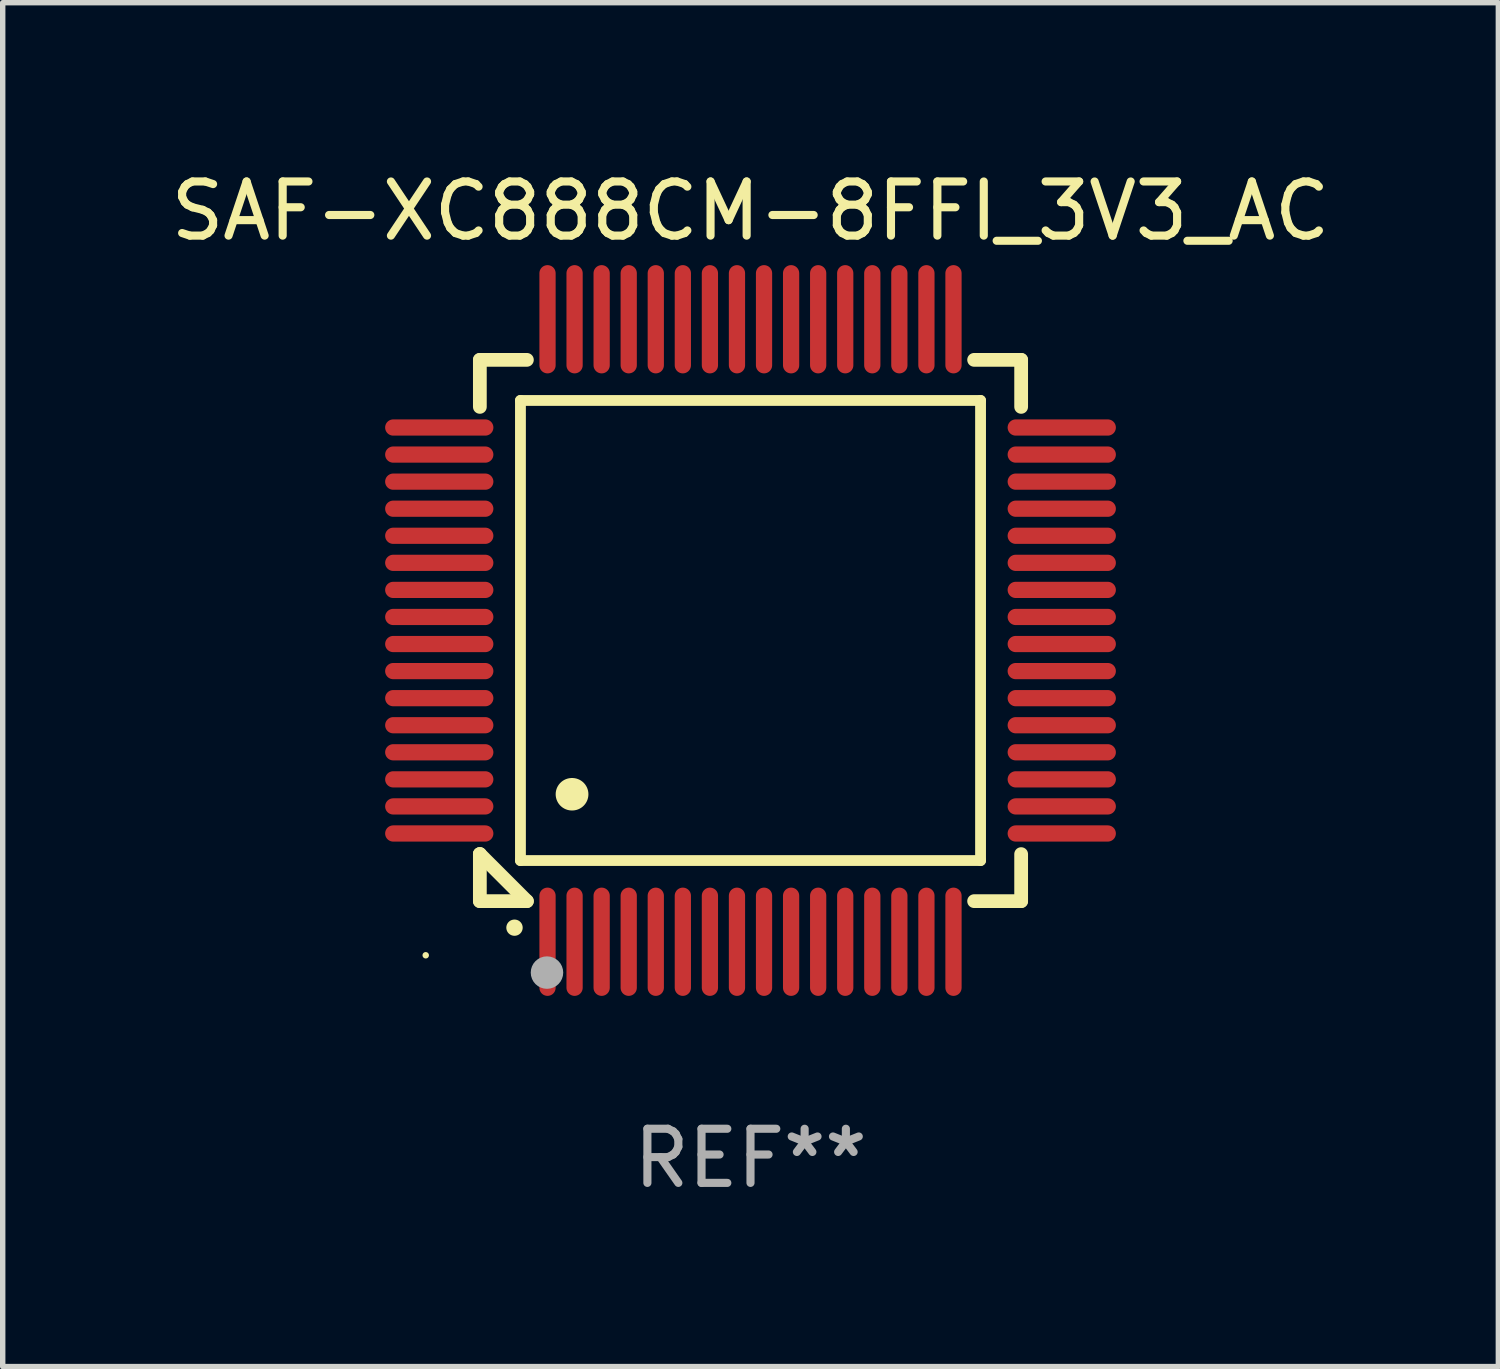
<source format=kicad_pcb>
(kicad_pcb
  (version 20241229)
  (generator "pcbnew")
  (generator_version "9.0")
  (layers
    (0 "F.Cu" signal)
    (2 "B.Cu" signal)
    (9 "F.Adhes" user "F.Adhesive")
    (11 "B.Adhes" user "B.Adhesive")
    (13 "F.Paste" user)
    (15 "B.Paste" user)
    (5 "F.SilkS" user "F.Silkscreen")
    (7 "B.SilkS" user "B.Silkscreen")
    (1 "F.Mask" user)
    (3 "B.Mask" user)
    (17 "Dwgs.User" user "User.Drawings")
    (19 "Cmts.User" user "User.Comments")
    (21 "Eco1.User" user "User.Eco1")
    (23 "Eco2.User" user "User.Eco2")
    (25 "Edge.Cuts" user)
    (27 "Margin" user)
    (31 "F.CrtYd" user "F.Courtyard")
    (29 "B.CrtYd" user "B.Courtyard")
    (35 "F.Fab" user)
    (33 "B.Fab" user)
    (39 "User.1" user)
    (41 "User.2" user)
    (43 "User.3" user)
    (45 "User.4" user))
  (footprint "SAF-XC888CM-8FFI_3V3_AC"
    (layer "F.Cu")
    (at 10.815 8.598)
    (property "Reference" "SAF-XC888CM-8FFI_3V3_AC" (at 0 -7.75 0) (layer "F.SilkS") (effects (font (size 1 1) (thickness 0.15))))
    (attr through_hole)
    (fp_line (start -5 -5) (end -4.131 -5) (stroke (width 0.254) (type solid)) (layer "F.SilkS"))
    (fp_line (start -5 -4.131) (end -5 -5) (stroke (width 0.254) (type solid)) (layer "F.SilkS"))
    (fp_line (start -5 4.131) (end -5 4.131) (stroke (width 0.254) (type solid)) (layer "F.SilkS"))
    (fp_line (start -5 5) (end -5 4.131) (stroke (width 0.254) (type solid)) (layer "F.SilkS"))
    (fp_line (start -5 4.131) (end -4.131 5) (stroke (width 0.254) (type solid)) (layer "F.SilkS"))
    (fp_line (start -4.25 -4.25) (end -4.25 4.25) (stroke (width 0.2) (type solid)) (layer "F.SilkS"))
    (fp_line (start -4.25 4.25) (end 4.25 4.25) (stroke (width 0.2) (type solid)) (layer "F.SilkS"))
    (fp_line (start -4.131 5) (end -5 5) (stroke (width 0.254) (type solid)) (layer "F.SilkS"))
    (fp_line (start 4.25 -4.25) (end -4.25 -4.25) (stroke (width 0.2) (type solid)) (layer "F.SilkS"))
    (fp_line (start 4.25 4.25) (end 4.25 -4.25) (stroke (width 0.2) (type solid)) (layer "F.SilkS"))
    (fp_line (start 5 -5) (end 4.131 -5) (stroke (width 0.254) (type solid)) (layer "F.SilkS"))
    (fp_line (start 5 -5) (end 5 -4.131) (stroke (width 0.254) (type solid)) (layer "F.SilkS"))
    (fp_line (start 5 4.131) (end 5 5) (stroke (width 0.254) (type solid)) (layer "F.SilkS"))
    (fp_line (start 5 5) (end 4.131 5) (stroke (width 0.254) (type solid)) (layer "F.SilkS"))
    (fp_arc (start -4.361265 5.489992) (mid -4.359995 5.489987) (end -4.358725 5.489992) (stroke (width 0.3) (type solid)) (layer "F.SilkS"))
    (fp_arc (start -3.299467 3.025146) (mid -3.296927 3.025135) (end -3.294387 3.025146) (stroke (width 0.6) (type solid)) (layer "F.SilkS"))
    (fp_circle (center -6 6) (end -5.97 6) (stroke (width 0.06) (type solid)) (fill no) (layer "F.SilkS"))
    (fp_circle (center -3.76 6.32) (end -3.61 6.32) (stroke (width 0.3) (type solid)) (fill no) (layer "F.Fab"))
    (fp_text user "REF**" (at 0 9.75 0) (layer "F.Fab") (effects (font (size 1 1) (thickness 0.15))))
    (pad "1" smd oval (at -3.75 5.75) (size 0.3 2) (layers "F.Cu" "F.Mask" "F.Paste"))
    (pad "2" smd oval (at -3.25 5.75) (size 0.3 2) (layers "F.Cu" "F.Mask" "F.Paste"))
    (pad "3" smd oval (at -2.75 5.75) (size 0.3 2) (layers "F.Cu" "F.Mask" "F.Paste"))
    (pad "4" smd oval (at -2.25 5.75) (size 0.3 2) (layers "F.Cu" "F.Mask" "F.Paste"))
    (pad "5" smd oval (at -1.75 5.75) (size 0.3 2) (layers "F.Cu" "F.Mask" "F.Paste"))
    (pad "6" smd oval (at -1.25 5.75) (size 0.3 2) (layers "F.Cu" "F.Mask" "F.Paste"))
    (pad "7" smd oval (at -0.75 5.75) (size 0.3 2) (layers "F.Cu" "F.Mask" "F.Paste"))
    (pad "8" smd oval (at -0.25 5.75) (size 0.3 2) (layers "F.Cu" "F.Mask" "F.Paste"))
    (pad "9" smd oval (at 0.25 5.75) (size 0.3 2) (layers "F.Cu" "F.Mask" "F.Paste"))
    (pad "10" smd oval (at 0.75 5.75) (size 0.3 2) (layers "F.Cu" "F.Mask" "F.Paste"))
    (pad "11" smd oval (at 1.25 5.75) (size 0.3 2) (layers "F.Cu" "F.Mask" "F.Paste"))
    (pad "12" smd oval (at 1.75 5.75) (size 0.3 2) (layers "F.Cu" "F.Mask" "F.Paste"))
    (pad "13" smd oval (at 2.25 5.75) (size 0.3 2) (layers "F.Cu" "F.Mask" "F.Paste"))
    (pad "14" smd oval (at 2.75 5.75) (size 0.3 2) (layers "F.Cu" "F.Mask" "F.Paste"))
    (pad "15" smd oval (at 3.25 5.75) (size 0.3 2) (layers "F.Cu" "F.Mask" "F.Paste"))
    (pad "16" smd oval (at 3.75 5.75) (size 0.3 2) (layers "F.Cu" "F.Mask" "F.Paste"))
    (pad "17" smd oval (at 5.75 3.75) (size 2 0.3) (layers "F.Cu" "F.Mask" "F.Paste"))
    (pad "18" smd oval (at 5.75 3.25) (size 2 0.3) (layers "F.Cu" "F.Mask" "F.Paste"))
    (pad "19" smd oval (at 5.75 2.75) (size 2 0.3) (layers "F.Cu" "F.Mask" "F.Paste"))
    (pad "20" smd oval (at 5.75 2.25) (size 2 0.3) (layers "F.Cu" "F.Mask" "F.Paste"))
    (pad "21" smd oval (at 5.75 1.75) (size 2 0.3) (layers "F.Cu" "F.Mask" "F.Paste"))
    (pad "22" smd oval (at 5.75 1.25) (size 2 0.3) (layers "F.Cu" "F.Mask" "F.Paste"))
    (pad "23" smd oval (at 5.75 0.75) (size 2 0.3) (layers "F.Cu" "F.Mask" "F.Paste"))
    (pad "24" smd oval (at 5.75 0.25) (size 2 0.3) (layers "F.Cu" "F.Mask" "F.Paste"))
    (pad "25" smd oval (at 5.75 -0.25) (size 2 0.3) (layers "F.Cu" "F.Mask" "F.Paste"))
    (pad "26" smd oval (at 5.75 -0.75) (size 2 0.3) (layers "F.Cu" "F.Mask" "F.Paste"))
    (pad "27" smd oval (at 5.75 -1.25) (size 2 0.3) (layers "F.Cu" "F.Mask" "F.Paste"))
    (pad "28" smd oval (at 5.75 -1.75) (size 2 0.3) (layers "F.Cu" "F.Mask" "F.Paste"))
    (pad "29" smd oval (at 5.75 -2.25) (size 2 0.3) (layers "F.Cu" "F.Mask" "F.Paste"))
    (pad "30" smd oval (at 5.75 -2.75) (size 2 0.3) (layers "F.Cu" "F.Mask" "F.Paste"))
    (pad "31" smd oval (at 5.75 -3.25) (size 2 0.3) (layers "F.Cu" "F.Mask" "F.Paste"))
    (pad "32" smd oval (at 5.75 -3.75) (size 2 0.3) (layers "F.Cu" "F.Mask" "F.Paste"))
    (pad "33" smd oval (at 3.75 -5.75) (size 0.3 2) (layers "F.Cu" "F.Mask" "F.Paste"))
    (pad "34" smd oval (at 3.25 -5.75) (size 0.3 2) (layers "F.Cu" "F.Mask" "F.Paste"))
    (pad "35" smd oval (at 2.75 -5.75) (size 0.3 2) (layers "F.Cu" "F.Mask" "F.Paste"))
    (pad "36" smd oval (at 2.25 -5.75) (size 0.3 2) (layers "F.Cu" "F.Mask" "F.Paste"))
    (pad "37" smd oval (at 1.75 -5.75) (size 0.3 2) (layers "F.Cu" "F.Mask" "F.Paste"))
    (pad "38" smd oval (at 1.25 -5.75) (size 0.3 2) (layers "F.Cu" "F.Mask" "F.Paste"))
    (pad "39" smd oval (at 0.75 -5.75) (size 0.3 2) (layers "F.Cu" "F.Mask" "F.Paste"))
    (pad "40" smd oval (at 0.25 -5.75) (size 0.3 2) (layers "F.Cu" "F.Mask" "F.Paste"))
    (pad "41" smd oval (at -0.25 -5.75) (size 0.3 2) (layers "F.Cu" "F.Mask" "F.Paste"))
    (pad "42" smd oval (at -0.75 -5.75) (size 0.3 2) (layers "F.Cu" "F.Mask" "F.Paste"))
    (pad "43" smd oval (at -1.25 -5.75) (size 0.3 2) (layers "F.Cu" "F.Mask" "F.Paste"))
    (pad "44" smd oval (at -1.75 -5.75) (size 0.3 2) (layers "F.Cu" "F.Mask" "F.Paste"))
    (pad "45" smd oval (at -2.25 -5.75) (size 0.3 2) (layers "F.Cu" "F.Mask" "F.Paste"))
    (pad "46" smd oval (at -2.75 -5.75) (size 0.3 2) (layers "F.Cu" "F.Mask" "F.Paste"))
    (pad "47" smd oval (at -3.25 -5.75) (size 0.3 2) (layers "F.Cu" "F.Mask" "F.Paste"))
    (pad "48" smd oval (at -3.75 -5.75) (size 0.3 2) (layers "F.Cu" "F.Mask" "F.Paste"))
    (pad "49" smd oval (at -5.75 -3.75) (size 2 0.3) (layers "F.Cu" "F.Mask" "F.Paste"))
    (pad "50" smd oval (at -5.75 -3.25) (size 2 0.3) (layers "F.Cu" "F.Mask" "F.Paste"))
    (pad "51" smd oval (at -5.75 -2.75) (size 2 0.3) (layers "F.Cu" "F.Mask" "F.Paste"))
    (pad "52" smd oval (at -5.75 -2.25) (size 2 0.3) (layers "F.Cu" "F.Mask" "F.Paste"))
    (pad "53" smd oval (at -5.75 -1.75) (size 2 0.3) (layers "F.Cu" "F.Mask" "F.Paste"))
    (pad "54" smd oval (at -5.75 -1.25) (size 2 0.3) (layers "F.Cu" "F.Mask" "F.Paste"))
    (pad "55" smd oval (at -5.75 -0.75) (size 2 0.3) (layers "F.Cu" "F.Mask" "F.Paste"))
    (pad "56" smd oval (at -5.75 -0.25) (size 2 0.3) (layers "F.Cu" "F.Mask" "F.Paste"))
    (pad "57" smd oval (at -5.75 0.25) (size 2 0.3) (layers "F.Cu" "F.Mask" "F.Paste"))
    (pad "58" smd oval (at -5.75 0.75) (size 2 0.3) (layers "F.Cu" "F.Mask" "F.Paste"))
    (pad "59" smd oval (at -5.75 1.25) (size 2 0.3) (layers "F.Cu" "F.Mask" "F.Paste"))
    (pad "60" smd oval (at -5.75 1.75) (size 2 0.3) (layers "F.Cu" "F.Mask" "F.Paste"))
    (pad "61" smd oval (at -5.75 2.25) (size 2 0.3) (layers "F.Cu" "F.Mask" "F.Paste"))
    (pad "62" smd oval (at -5.75 2.75) (size 2 0.3) (layers "F.Cu" "F.Mask" "F.Paste"))
    (pad "63" smd oval (at -5.75 3.25) (size 2 0.3) (layers "F.Cu" "F.Mask" "F.Paste"))
    (pad "64" smd oval (at -5.75 3.75) (size 2 0.3) (layers "F.Cu" "F.Mask" "F.Paste")))
  (gr_rect
    (start -3 -3)
    (end 24.631 22.196)
    (stroke (width 0.1) (type default))
    (fill no)
    (layer "Edge.Cuts")))
</source>
